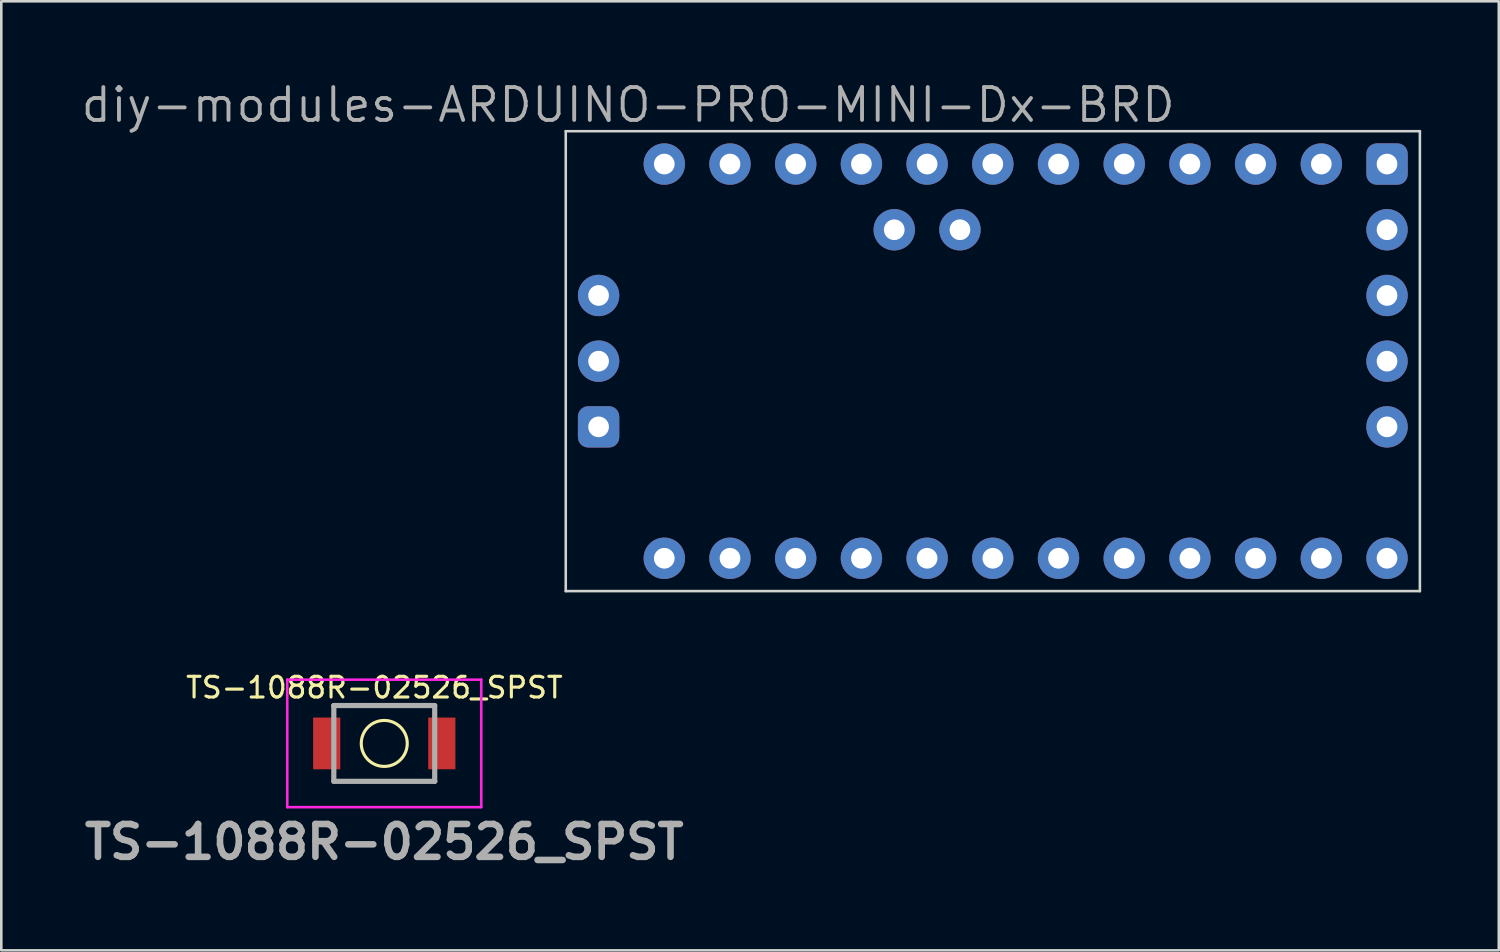
<source format=kicad_pcb>
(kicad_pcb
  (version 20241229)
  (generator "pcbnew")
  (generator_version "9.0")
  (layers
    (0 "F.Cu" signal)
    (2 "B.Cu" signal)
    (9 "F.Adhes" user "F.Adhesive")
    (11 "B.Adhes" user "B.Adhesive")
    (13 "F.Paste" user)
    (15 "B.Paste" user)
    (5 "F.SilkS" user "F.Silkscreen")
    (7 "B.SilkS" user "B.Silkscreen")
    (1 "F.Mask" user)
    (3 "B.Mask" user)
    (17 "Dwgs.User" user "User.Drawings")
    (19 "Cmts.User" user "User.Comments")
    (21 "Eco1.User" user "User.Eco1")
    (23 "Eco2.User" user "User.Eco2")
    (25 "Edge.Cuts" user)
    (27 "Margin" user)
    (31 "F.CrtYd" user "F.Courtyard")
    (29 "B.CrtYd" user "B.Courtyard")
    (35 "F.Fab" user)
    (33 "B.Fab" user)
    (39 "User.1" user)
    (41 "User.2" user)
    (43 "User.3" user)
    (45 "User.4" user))
  (footprint "TS-1088R-02526_SPST"
    (layer "F.Cu")
    (at 11.805 25.69)
    (property "Reference" "TS-1088R-02526_SPST" (at -0.381 -2.159 0) (layer "F.SilkS") (effects (font (size 0.8 0.8) (thickness 0.12))))
    (attr smd)
    (fp_line (start -2 -1.465) (end 1.95 -1.465) (stroke (width 0.1) (type solid)) (layer "F.SilkS"))
    (fp_line (start -1.95 1.465) (end 2 1.465) (stroke (width 0.1) (type solid)) (layer "F.SilkS"))
    (fp_circle (center 0 0) (end 0.889 0) (stroke (width 0.12) (type default)) (fill no) (layer "F.SilkS"))
    (fp_line (start -3.75 -2.465) (end 3.75 -2.465) (stroke (width 0.1) (type solid)) (layer "F.CrtYd"))
    (fp_line (start -3.75 2.465) (end -3.75 -2.465) (stroke (width 0.1) (type solid)) (layer "F.CrtYd"))
    (fp_line (start 3.75 -2.465) (end 3.75 2.465) (stroke (width 0.1) (type solid)) (layer "F.CrtYd"))
    (fp_line (start 3.75 2.465) (end -3.75 2.465) (stroke (width 0.1) (type solid)) (layer "F.CrtYd"))
    (fp_line (start -1.95 -1.465) (end 1.95 -1.465) (stroke (width 0.2) (type solid)) (layer "F.Fab"))
    (fp_line (start -1.95 1.465) (end -1.95 -1.465) (stroke (width 0.2) (type solid)) (layer "F.Fab"))
    (fp_line (start 1.95 -1.465) (end 1.95 1.465) (stroke (width 0.2) (type solid)) (layer "F.Fab"))
    (fp_line (start 1.95 1.465) (end -1.95 1.465) (stroke (width 0.2) (type solid)) (layer "F.Fab"))
    (fp_text user "${REFERENCE}" (at 0 3.81 0) (layer "F.Fab") (effects (font (size 1.27 1.27) (thickness 0.254))))
    (pad "1" smd rect (at -2.225 0) (size 1.05 2) (layers "F.Cu" "F.Mask" "F.Paste"))
    (pad "2" smd rect (at 2.225 0) (size 1.05 2) (layers "F.Cu" "F.Mask" "F.Paste")))
  (footprint "diy-modules-ARDUINO-PRO-MINI-Dx-BRD"
    (layer "F.Cu")
    (at 35.331 10.912)
    (property "Reference" "diy-modules-ARDUINO-PRO-MINI-Dx-BRD" (at -14.097 -9.906 0) (layer "F.Fab") (effects (font (size 1.27 1.27) (thickness 0.15))))
    (attr exclude_from_pos_files exclude_from_bom)
    (fp_line (start -16.51 -8.89) (end -16.51 8.89) (stroke (width 0.1) (type solid)) (layer "Edge.Cuts"))
    (fp_line (start -16.51 8.89) (end 16.51 8.89) (stroke (width 0.1) (type solid)) (layer "Edge.Cuts"))
    (fp_line (start 16.51 -8.89) (end -16.51 -8.89) (stroke (width 0.1) (type solid)) (layer "Edge.Cuts"))
    (fp_line (start 16.51 8.89) (end 16.51 -8.89) (stroke (width 0.1) (type solid)) (layer "Edge.Cuts"))
    (fp_line (start -16.51 -8.89) (end -16.51 8.89) (stroke (width 0.1) (type default)) (layer "Margin"))
    (fp_line (start -16.51 8.89) (end 16.51 8.89) (stroke (width 0.1) (type default)) (layer "Margin"))
    (fp_line (start 16.51 -8.89) (end -16.51 -8.89) (stroke (width 0.1) (type default)) (layer "Margin"))
    (fp_line (start 16.51 8.89) (end 16.51 -8.89) (stroke (width 0.1) (type default)) (layer "Margin"))
    (pad "1" thru_hole roundrect (at 15.24 -7.62) (size 1.6 1.6) (drill 0.8) (layers "*.Cu" "*.Mask") (roundrect_rratio 0.25))
    (pad "2" thru_hole circle (at 12.7 -7.62) (size 1.6 1.6) (drill 0.8) (layers "*.Cu" "*.Mask"))
    (pad "3" thru_hole circle (at 10.16 -7.62) (size 1.6 1.6) (drill 0.8) (layers "*.Cu" "*.Mask"))
    (pad "4" thru_hole circle (at 7.62 -7.62) (size 1.6 1.6) (drill 0.8) (layers "*.Cu" "*.Mask"))
    (pad "5" thru_hole circle (at 5.08 -7.62) (size 1.6 1.6) (drill 0.8) (layers "*.Cu" "*.Mask"))
    (pad "6" thru_hole circle (at 2.54 -7.62) (size 1.6 1.6) (drill 0.8) (layers "*.Cu" "*.Mask"))
    (pad "7" thru_hole circle (at 0 -7.62) (size 1.6 1.6) (drill 0.8) (layers "*.Cu" "*.Mask"))
    (pad "8" thru_hole circle (at -2.54 -7.62) (size 1.6 1.6) (drill 0.8) (layers "*.Cu" "*.Mask"))
    (pad "9" thru_hole circle (at -5.08 -7.62) (size 1.6 1.6) (drill 0.8) (layers "*.Cu" "*.Mask"))
    (pad "10" thru_hole circle (at -7.62 -7.62) (size 1.6 1.6) (drill 0.8) (layers "*.Cu" "*.Mask"))
    (pad "11" thru_hole circle (at -10.16 -7.62) (size 1.6 1.6) (drill 0.8) (layers "*.Cu" "*.Mask"))
    (pad "12" thru_hole circle (at -12.7 -7.62) (size 1.6 1.6) (drill 0.8) (layers "*.Cu" "*.Mask"))
    (pad "13" thru_hole circle (at -15.24 -2.54) (size 1.6 1.6) (drill 0.8) (layers "*.Cu" "*.Mask"))
    (pad "14" thru_hole circle (at -15.24 0) (size 1.6 1.6) (drill 0.8) (layers "*.Cu" "*.Mask"))
    (pad "15" thru_hole roundrect (at -15.24 2.54) (size 1.6 1.6) (drill 0.8) (layers "*.Cu" "*.Mask") (roundrect_rratio 0.25))
    (pad "16" thru_hole circle (at -12.7 7.62) (size 1.6 1.6) (drill 0.8) (layers "*.Cu" "*.Mask"))
    (pad "17" thru_hole circle (at -10.16 7.62) (size 1.6 1.6) (drill 0.8) (layers "*.Cu" "*.Mask"))
    (pad "18" thru_hole circle (at -7.62 7.62) (size 1.6 1.6) (drill 0.8) (layers "*.Cu" "*.Mask"))
    (pad "19" thru_hole circle (at -5.08 7.62) (size 1.6 1.6) (drill 0.8) (layers "*.Cu" "*.Mask"))
    (pad "20" thru_hole circle (at -2.54 7.62) (size 1.6 1.6) (drill 0.8) (layers "*.Cu" "*.Mask"))
    (pad "21" thru_hole circle (at 0 7.62) (size 1.6 1.6) (drill 0.8) (layers "*.Cu" "*.Mask"))
    (pad "22" thru_hole circle (at 2.54 7.62) (size 1.6 1.6) (drill 0.8) (layers "*.Cu" "*.Mask"))
    (pad "23" thru_hole circle (at 5.08 7.62) (size 1.6 1.6) (drill 0.8) (layers "*.Cu" "*.Mask"))
    (pad "24" thru_hole circle (at 7.62 7.62) (size 1.6 1.6) (drill 0.8) (layers "*.Cu" "*.Mask"))
    (pad "25" thru_hole circle (at 10.16 7.62) (size 1.6 1.6) (drill 0.8) (layers "*.Cu" "*.Mask"))
    (pad "26" thru_hole circle (at 12.7 7.62) (size 1.6 1.6) (drill 0.8) (layers "*.Cu" "*.Mask"))
    (pad "27" thru_hole circle (at 15.24 7.62) (size 1.6 1.6) (drill 0.8) (layers "*.Cu" "*.Mask"))
    (pad "28" thru_hole circle (at 15.24 2.54) (size 1.6 1.6) (drill 0.8) (layers "*.Cu" "*.Mask"))
    (pad "29" thru_hole circle (at 15.24 0) (size 1.6 1.6) (drill 0.8) (layers "*.Cu" "*.Mask"))
    (pad "30" thru_hole circle (at 15.24 -2.54) (size 1.6 1.6) (drill 0.8) (layers "*.Cu" "*.Mask"))
    (pad "31" thru_hole circle (at 15.24 -5.08) (size 1.6 1.6) (drill 0.8) (layers "*.Cu" "*.Mask"))
    (pad "32" thru_hole circle (at -1.27 -5.08) (size 1.6 1.6) (drill 0.8) (layers "*.Cu" "*.Mask"))
    (pad "33" thru_hole circle (at -3.81 -5.08) (size 1.6 1.6) (drill 0.8) (layers "*.Cu" "*.Mask")))
  (gr_rect
    (start -3 -3)
    (end 54.891 33.689)
    (stroke (width 0.1) (type default))
    (fill no)
    (layer "Edge.Cuts")))
</source>
